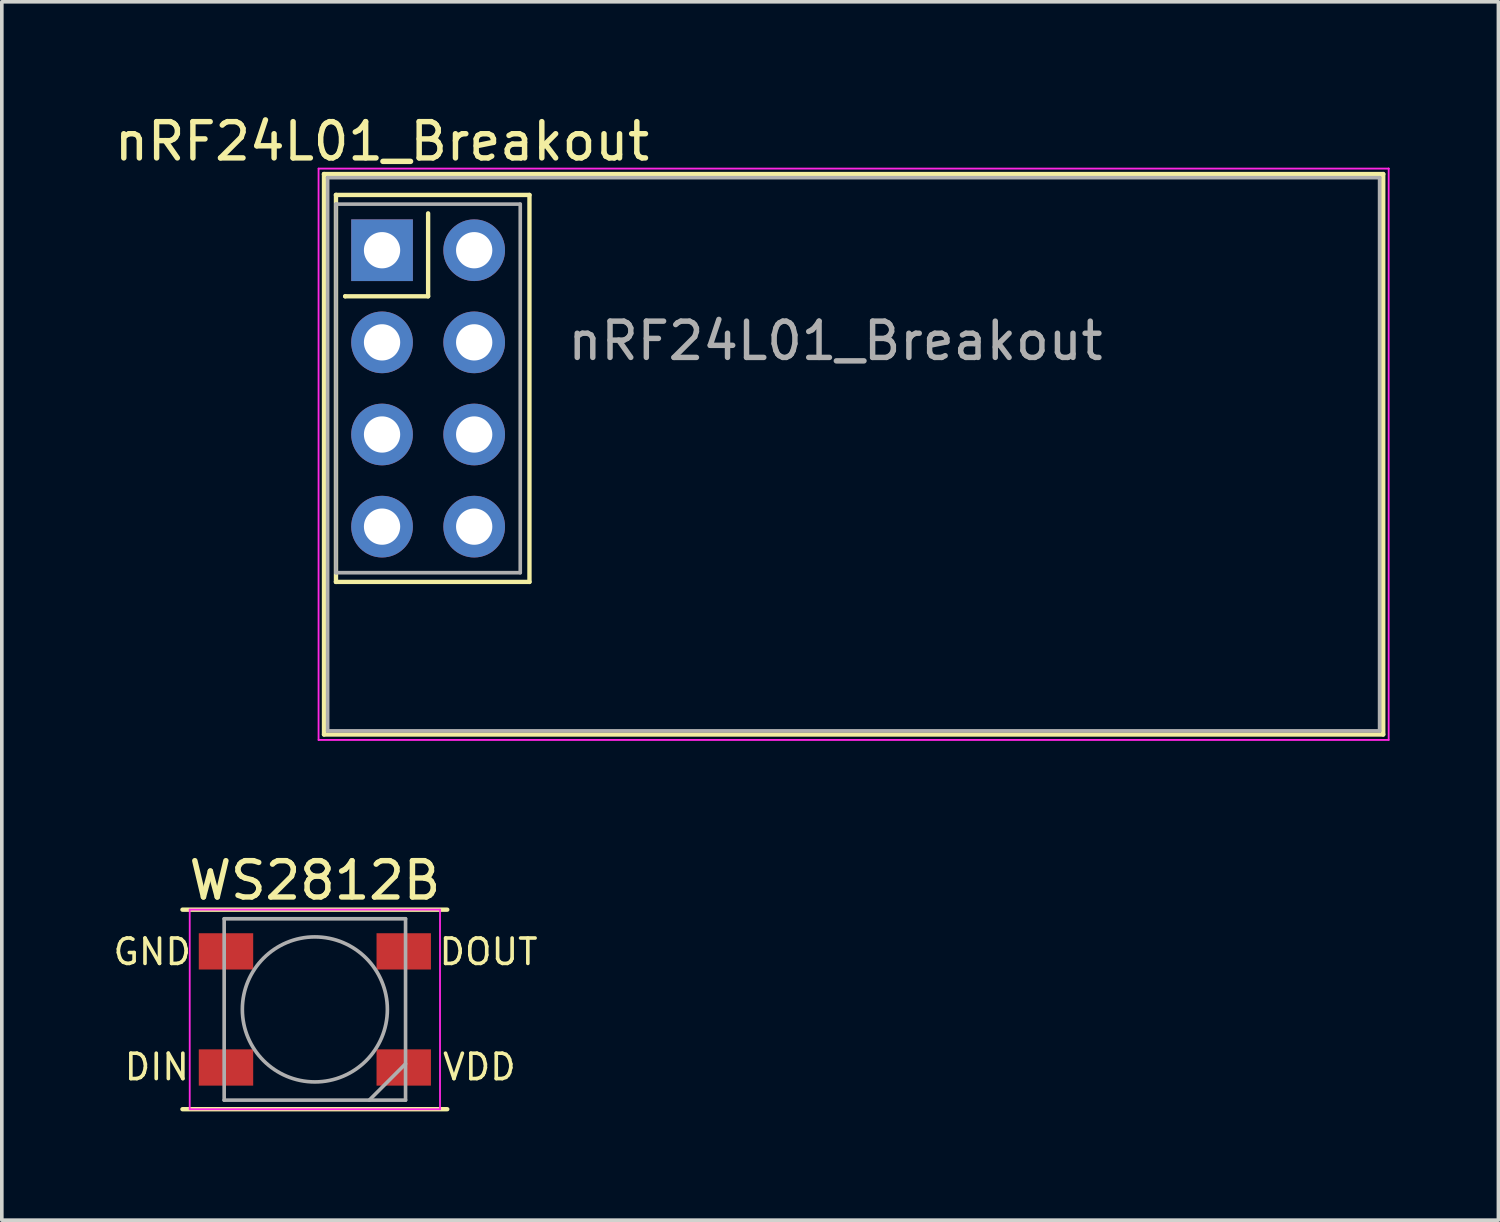
<source format=kicad_pcb>
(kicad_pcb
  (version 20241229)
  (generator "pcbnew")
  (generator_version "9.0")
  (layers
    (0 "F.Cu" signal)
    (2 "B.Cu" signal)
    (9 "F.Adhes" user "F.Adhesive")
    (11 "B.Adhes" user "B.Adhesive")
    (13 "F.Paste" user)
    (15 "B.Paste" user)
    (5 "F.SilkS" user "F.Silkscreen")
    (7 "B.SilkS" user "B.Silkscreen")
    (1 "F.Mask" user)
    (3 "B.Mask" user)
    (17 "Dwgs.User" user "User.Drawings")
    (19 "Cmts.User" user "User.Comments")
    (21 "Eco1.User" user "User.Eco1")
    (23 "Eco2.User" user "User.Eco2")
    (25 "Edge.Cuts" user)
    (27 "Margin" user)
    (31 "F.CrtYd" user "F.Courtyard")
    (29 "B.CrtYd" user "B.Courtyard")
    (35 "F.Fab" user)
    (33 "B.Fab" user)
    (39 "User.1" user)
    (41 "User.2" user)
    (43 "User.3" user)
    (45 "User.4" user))
  (footprint "nRF24L01_Breakout"
    (layer "F.Cu")
    (at 7.482 3.848)
    (property "Reference" "nRF24L01_Breakout" (at 0 -3 0) (layer "F.SilkS") (effects (font (size 1 1) (thickness 0.15))))
    (attr through_hole)
    (fp_line (start -1.6 -2.1) (end -1.6 -2.1) (stroke (width 0.12) (type solid)) (layer "F.SilkS"))
    (fp_line (start -1.6 -2.1) (end 27.6 -2.1) (stroke (width 0.12) (type solid)) (layer "F.SilkS"))
    (fp_line (start -1.6 13.35) (end -1.6 -2.1) (stroke (width 0.12) (type solid)) (layer "F.SilkS"))
    (fp_line (start -1.27 -1.524) (end -1.27 -1.524) (stroke (width 0.12) (type solid)) (layer "F.SilkS"))
    (fp_line (start -1.27 -1.524) (end 4.064 -1.524) (stroke (width 0.12) (type solid)) (layer "F.SilkS"))
    (fp_line (start -1.27 9.144) (end -1.27 -1.524) (stroke (width 0.12) (type solid)) (layer "F.SilkS"))
    (fp_line (start -1.27 9.144) (end -1.27 9.144) (stroke (width 0.12) (type solid)) (layer "F.SilkS"))
    (fp_line (start -1.016 1.27) (end -1.016 1.27) (stroke (width 0.12) (type solid)) (layer "F.SilkS"))
    (fp_line (start 1.27 -1.016) (end 1.27 1.27) (stroke (width 0.12) (type solid)) (layer "F.SilkS"))
    (fp_line (start 1.27 1.27) (end -1.016 1.27) (stroke (width 0.12) (type solid)) (layer "F.SilkS"))
    (fp_line (start 4.064 -1.524) (end 4.064 9.144) (stroke (width 0.12) (type solid)) (layer "F.SilkS"))
    (fp_line (start 4.064 9.144) (end -1.27 9.144) (stroke (width 0.12) (type solid)) (layer "F.SilkS"))
    (fp_line (start 27.6 -2.1) (end 27.6 13.35) (stroke (width 0.12) (type solid)) (layer "F.SilkS"))
    (fp_line (start 27.6 13.35) (end -1.6 13.35) (stroke (width 0.12) (type solid)) (layer "F.SilkS"))
    (fp_line (start -1.75 -2.25) (end -1.75 13.5) (stroke (width 0.05) (type solid)) (layer "F.CrtYd"))
    (fp_line (start -1.75 13.5) (end 27.75 13.5) (stroke (width 0.05) (type solid)) (layer "F.CrtYd"))
    (fp_line (start 27.75 -2.25) (end -1.75 -2.25) (stroke (width 0.05) (type solid)) (layer "F.CrtYd"))
    (fp_line (start 27.75 -2.25) (end 27.75 -2.25) (stroke (width 0.05) (type solid)) (layer "F.CrtYd"))
    (fp_line (start 27.75 13.5) (end 27.75 -2.25) (stroke (width 0.05) (type solid)) (layer "F.CrtYd"))
    (fp_line (start -1.5 -2) (end -1.5 -2) (stroke (width 0.1) (type solid)) (layer "F.Fab"))
    (fp_line (start -1.5 -2) (end 27.5 -2) (stroke (width 0.1) (type solid)) (layer "F.Fab"))
    (fp_line (start -1.5 13.25) (end -1.5 -2) (stroke (width 0.1) (type solid)) (layer "F.Fab"))
    (fp_line (start -1.27 -1.27) (end -1.27 -1.27) (stroke (width 0.1) (type solid)) (layer "F.Fab"))
    (fp_line (start -1.27 -1.27) (end 3.81 -1.27) (stroke (width 0.1) (type solid)) (layer "F.Fab"))
    (fp_line (start -1.27 8.89) (end -1.27 -1.27) (stroke (width 0.1) (type solid)) (layer "F.Fab"))
    (fp_line (start 3.81 -1.27) (end 3.81 8.89) (stroke (width 0.1) (type solid)) (layer "F.Fab"))
    (fp_line (start 3.81 8.89) (end -1.27 8.89) (stroke (width 0.1) (type solid)) (layer "F.Fab"))
    (fp_line (start 27.5 -2) (end 27.5 13.25) (stroke (width 0.1) (type solid)) (layer "F.Fab"))
    (fp_line (start 27.5 13.25) (end -1.5 13.25) (stroke (width 0.1) (type solid)) (layer "F.Fab"))
    (fp_text user "${REFERENCE}" (at 12.5 2.5 0) (layer "F.Fab") (effects (font (size 1 1) (thickness 0.15))))
    (pad "1" thru_hole rect (at 0 0) (size 1.7 1.7) (drill 1) (layers "*.Cu" "*.Mask"))
    (pad "2" thru_hole circle (at 2.54 0) (size 1.7 1.7) (drill 1) (layers "*.Cu" "*.Mask"))
    (pad "3" thru_hole circle (at 0 2.54) (size 1.7 1.7) (drill 1) (layers "*.Cu" "*.Mask"))
    (pad "4" thru_hole circle (at 2.54 2.54) (size 1.7 1.7) (drill 1) (layers "*.Cu" "*.Mask"))
    (pad "5" thru_hole circle (at 0 5.08) (size 1.7 1.7) (drill 1) (layers "*.Cu" "*.Mask"))
    (pad "6" thru_hole circle (at 2.54 5.08) (size 1.7 1.7) (drill 1) (layers "*.Cu" "*.Mask"))
    (pad "7" thru_hole circle (at 0 7.62) (size 1.7 1.7) (drill 1) (layers "*.Cu" "*.Mask"))
    (pad "8" thru_hole circle (at 2.54 7.62) (size 1.7 1.7) (drill 1) (layers "*.Cu" "*.Mask")))
  (footprint "WS2812B"
    (layer "F.Cu")
    (at 3.179 23.19)
    (property "Reference" "WS2812B" (at 2.451 -1.968 0) (layer "F.SilkS") (effects (font (size 1 1) (thickness 0.15))))
    (attr through_hole)
    (fp_line (start -1.199 -1.163) (end 6.101 -1.163) (stroke (width 0.12) (type solid)) (layer "F.SilkS"))
    (fp_line (start -1.199 4.338) (end 6.101 4.338) (stroke (width 0.12) (type solid)) (layer "F.SilkS"))
    (fp_line (start -0.999 -1.163) (end -0.999 4.338) (stroke (width 0.05) (type solid)) (layer "F.CrtYd"))
    (fp_line (start -0.999 4.338) (end 5.901 4.338) (stroke (width 0.05) (type solid)) (layer "F.CrtYd"))
    (fp_line (start 5.901 -1.163) (end -0.999 -1.163) (stroke (width 0.05) (type solid)) (layer "F.CrtYd"))
    (fp_line (start 5.901 4.338) (end 5.901 -1.163) (stroke (width 0.05) (type solid)) (layer "F.CrtYd"))
    (fp_line (start -0.049 -0.912) (end -0.049 4.088) (stroke (width 0.1) (type solid)) (layer "F.Fab"))
    (fp_line (start -0.049 4.088) (end 4.951 4.088) (stroke (width 0.1) (type solid)) (layer "F.Fab"))
    (fp_line (start 4.951 -0.912) (end -0.049 -0.912) (stroke (width 0.1) (type solid)) (layer "F.Fab"))
    (fp_line (start 4.951 3.087) (end 3.951 4.088) (stroke (width 0.1) (type solid)) (layer "F.Fab"))
    (fp_line (start 4.951 4.088) (end 4.951 -0.912) (stroke (width 0.1) (type solid)) (layer "F.Fab"))
    (fp_circle (center 2.451 1.587) (end 2.451 -0.412) (stroke (width 0.1) (type solid)) (fill no) (layer "F.Fab"))
    (fp_text user "VDD" (at 6.985 3.175 0) (layer "F.SilkS") (effects (font (size 0.7 0.7) (thickness 0.1))))
    (fp_text user "DIN" (at -1.905 3.175 0) (layer "F.SilkS") (effects (font (size 0.7 0.7) (thickness 0.1))))
    (fp_text user "GND" (at -2.032 0 0) (layer "F.SilkS") (effects (font (size 0.7 0.7) (thickness 0.1))))
    (fp_text user "DOUT" (at 7.239 0 0) (layer "F.SilkS") (effects (font (size 0.7 0.7) (thickness 0.1))))
    (pad "1" smd rect (at 4.901 3.188) (size 1.5 1) (layers "F.Cu" "F.Mask" "F.Paste"))
    (pad "2" smd rect (at 4.901 -0.013) (size 1.5 1) (layers "F.Cu" "F.Mask" "F.Paste"))
    (pad "3" smd rect (at 0.001 -0.013) (size 1.5 1) (layers "F.Cu" "F.Mask" "F.Paste"))
    (pad "4" smd rect (at 0.001 3.188) (size 1.5 1) (layers "F.Cu" "F.Mask" "F.Paste")))
  (gr_rect
    (start -3 -3)
    (end 38.257 30.587)
    (stroke (width 0.1) (type default))
    (fill no)
    (layer "Edge.Cuts")))
</source>
